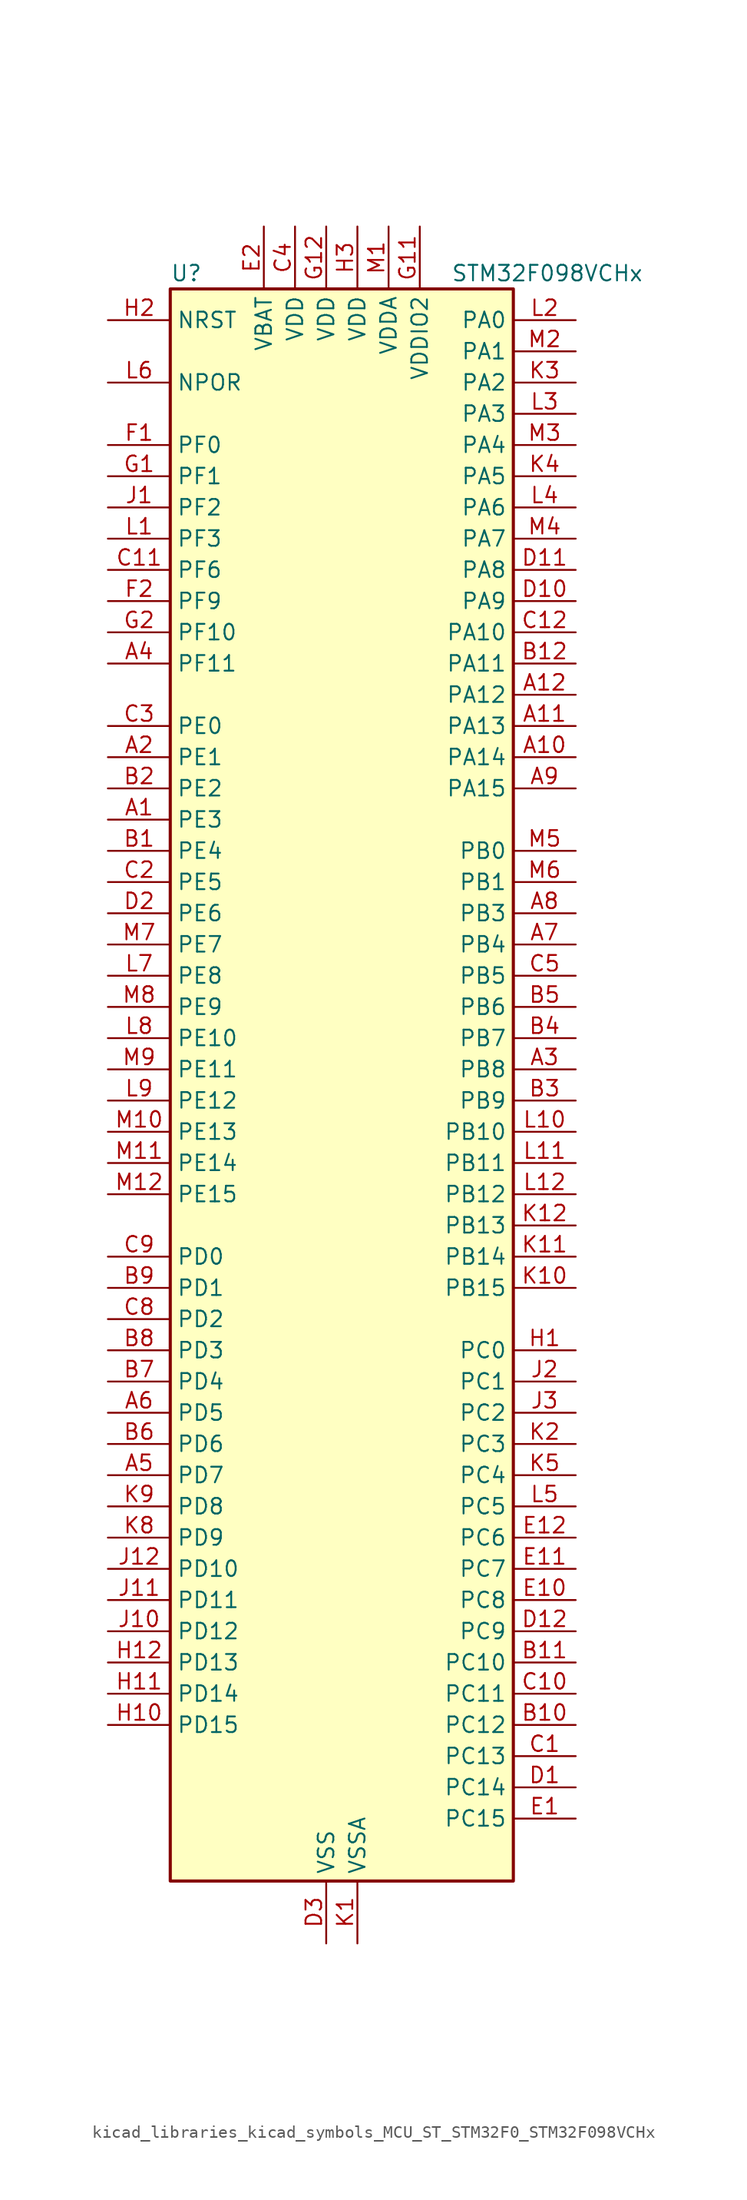
<source format=kicad_sym>
(kicad_symbol_lib
  (version 20220914)
  (generator kicad_symbol_editor)
  (symbol "kicad_libraries_kicad_symbols_MCU_ST_STM32F0_STM32F098VCHx"
    (property "Reference" "U"
      (at -12.7 67.31 0)
      (effects (font (size 1.27 1.27)) (justify left)))
    (property "Value" "STM32F098VCHx"
      (at 10.16 67.31 0)
      (effects (font (size 1.27 1.27)) (justify left)))
    (property "ki_locked" ""
      (at 0 0 0)
      (effects (font (size 1.27 1.27))))
    (symbol "kicad_libraries_kicad_symbols_MCU_ST_STM32F0_STM32F098VCHx_0_1"
      (rectangle (start -12.7 -63.5) (end 15.24 66.04) (stroke (width 0.254) (type default)) (fill (type background))))
    (symbol "kicad_libraries_kicad_symbols_MCU_ST_STM32F0_STM32F098VCHx_1_1"
      (pin bidirectional line (at -17.78 22.86 0) (length 5.08) (name "PE3" (effects (font (size 1.27 1.27)))) (number "A1" (effects (font (size 1.27 1.27)))) (alternate "TIM3_CH1" bidirectional line) (alternate "TSC_G7_IO2" bidirectional line))
      (pin bidirectional line (at 20.32 27.94 180) (length 5.08) (name "PA14" (effects (font (size 1.27 1.27)))) (number "A10" (effects (font (size 1.27 1.27)))) (alternate "SYS_SWCLK" bidirectional line) (alternate "USART2_TX" bidirectional line))
      (pin bidirectional line (at 20.32 30.48 180) (length 5.08) (name "PA13" (effects (font (size 1.27 1.27)))) (number "A11" (effects (font (size 1.27 1.27)))) (alternate "IR_OUT" bidirectional line) (alternate "SYS_SWDIO" bidirectional line))
      (pin bidirectional line (at 20.32 33.02 180) (length 5.08) (name "PA12" (effects (font (size 1.27 1.27)))) (number "A12" (effects (font (size 1.27 1.27)))) (alternate "CAN_TX" bidirectional line) (alternate "COMP2_OUT" bidirectional line) (alternate "I2C2_SDA" bidirectional line) (alternate "TIM1_ETR" bidirectional line) (alternate "TSC_G4_IO4" bidirectional line) (alternate "USART1_DE" bidirectional line) (alternate "USART1_RTS" bidirectional line))
      (pin bidirectional line (at -17.78 27.94 0) (length 5.08) (name "PE1" (effects (font (size 1.27 1.27)))) (number "A2" (effects (font (size 1.27 1.27)))) (alternate "TIM17_CH1" bidirectional line))
      (pin bidirectional line (at 20.32 2.54 180) (length 5.08) (name "PB8" (effects (font (size 1.27 1.27)))) (number "A3" (effects (font (size 1.27 1.27)))) (alternate "CAN_RX" bidirectional line) (alternate "CEC" bidirectional line) (alternate "I2C1_SCL" bidirectional line) (alternate "TIM16_CH1" bidirectional line) (alternate "TSC_SYNC" bidirectional line))
      (pin bidirectional line (at -17.78 35.56 0) (length 5.08) (name "PF11" (effects (font (size 1.27 1.27)))) (number "A4" (effects (font (size 1.27 1.27)))))
      (pin bidirectional line (at -17.78 -30.48 0) (length 5.08) (name "PD7" (effects (font (size 1.27 1.27)))) (number "A5" (effects (font (size 1.27 1.27)))) (alternate "USART2_CK" bidirectional line))
      (pin bidirectional line (at -17.78 -25.4 0) (length 5.08) (name "PD5" (effects (font (size 1.27 1.27)))) (number "A6" (effects (font (size 1.27 1.27)))) (alternate "USART2_TX" bidirectional line))
      (pin bidirectional line (at 20.32 12.7 180) (length 5.08) (name "PB4" (effects (font (size 1.27 1.27)))) (number "A7" (effects (font (size 1.27 1.27)))) (alternate "I2S1_MCK" bidirectional line) (alternate "SPI1_MISO" bidirectional line) (alternate "TIM17_BKIN" bidirectional line) (alternate "TIM3_CH1" bidirectional line) (alternate "TSC_G5_IO2" bidirectional line) (alternate "USART5_RX" bidirectional line))
      (pin bidirectional line (at 20.32 15.24 180) (length 5.08) (name "PB3" (effects (font (size 1.27 1.27)))) (number "A8" (effects (font (size 1.27 1.27)))) (alternate "I2S1_CK" bidirectional line) (alternate "SPI1_SCK" bidirectional line) (alternate "TIM2_CH2" bidirectional line) (alternate "TSC_G5_IO1" bidirectional line) (alternate "USART5_TX" bidirectional line))
      (pin bidirectional line (at 20.32 25.4 180) (length 5.08) (name "PA15" (effects (font (size 1.27 1.27)))) (number "A9" (effects (font (size 1.27 1.27)))) (alternate "I2S1_WS" bidirectional line) (alternate "SPI1_NSS" bidirectional line) (alternate "TIM2_CH1" bidirectional line) (alternate "TIM2_ETR" bidirectional line) (alternate "USART2_RX" bidirectional line) (alternate "USART4_DE" bidirectional line) (alternate "USART4_RTS" bidirectional line))
      (pin bidirectional line (at -17.78 20.32 0) (length 5.08) (name "PE4" (effects (font (size 1.27 1.27)))) (number "B1" (effects (font (size 1.27 1.27)))) (alternate "TIM3_CH2" bidirectional line) (alternate "TSC_G7_IO3" bidirectional line))
      (pin bidirectional line (at 20.32 -50.8 180) (length 5.08) (name "PC12" (effects (font (size 1.27 1.27)))) (number "B10" (effects (font (size 1.27 1.27)))) (alternate "USART3_CK" bidirectional line) (alternate "USART4_CK" bidirectional line) (alternate "USART5_TX" bidirectional line))
      (pin bidirectional line (at 20.32 -45.72 180) (length 5.08) (name "PC10" (effects (font (size 1.27 1.27)))) (number "B11" (effects (font (size 1.27 1.27)))) (alternate "USART3_TX" bidirectional line) (alternate "USART4_TX" bidirectional line))
      (pin bidirectional line (at 20.32 35.56 180) (length 5.08) (name "PA11" (effects (font (size 1.27 1.27)))) (number "B12" (effects (font (size 1.27 1.27)))) (alternate "CAN_RX" bidirectional line) (alternate "COMP1_OUT" bidirectional line) (alternate "I2C2_SCL" bidirectional line) (alternate "TIM1_CH4" bidirectional line) (alternate "TSC_G4_IO3" bidirectional line) (alternate "USART1_CTS" bidirectional line))
      (pin bidirectional line (at -17.78 25.4 0) (length 5.08) (name "PE2" (effects (font (size 1.27 1.27)))) (number "B2" (effects (font (size 1.27 1.27)))) (alternate "TIM3_ETR" bidirectional line) (alternate "TSC_G7_IO1" bidirectional line))
      (pin bidirectional line (at 20.32 0 180) (length 5.08) (name "PB9" (effects (font (size 1.27 1.27)))) (number "B3" (effects (font (size 1.27 1.27)))) (alternate "CAN_TX" bidirectional line) (alternate "DAC_EXTI9" bidirectional line) (alternate "I2C1_SDA" bidirectional line) (alternate "I2S2_WS" bidirectional line) (alternate "IR_OUT" bidirectional line) (alternate "SPI2_NSS" bidirectional line) (alternate "TIM17_CH1" bidirectional line))
      (pin bidirectional line (at 20.32 5.08 180) (length 5.08) (name "PB7" (effects (font (size 1.27 1.27)))) (number "B4" (effects (font (size 1.27 1.27)))) (alternate "I2C1_SDA" bidirectional line) (alternate "TIM17_CH1N" bidirectional line) (alternate "TSC_G5_IO4" bidirectional line) (alternate "USART1_RX" bidirectional line) (alternate "USART4_CTS" bidirectional line))
      (pin bidirectional line (at 20.32 7.62 180) (length 5.08) (name "PB6" (effects (font (size 1.27 1.27)))) (number "B5" (effects (font (size 1.27 1.27)))) (alternate "I2C1_SCL" bidirectional line) (alternate "TIM16_CH1N" bidirectional line) (alternate "TSC_G5_IO3" bidirectional line) (alternate "USART1_TX" bidirectional line))
      (pin bidirectional line (at -17.78 -27.94 0) (length 5.08) (name "PD6" (effects (font (size 1.27 1.27)))) (number "B6" (effects (font (size 1.27 1.27)))) (alternate "USART2_RX" bidirectional line))
      (pin bidirectional line (at -17.78 -22.86 0) (length 5.08) (name "PD4" (effects (font (size 1.27 1.27)))) (number "B7" (effects (font (size 1.27 1.27)))) (alternate "I2S2_SD" bidirectional line) (alternate "SPI2_MOSI" bidirectional line) (alternate "USART2_DE" bidirectional line) (alternate "USART2_RTS" bidirectional line))
      (pin bidirectional line (at -17.78 -20.32 0) (length 5.08) (name "PD3" (effects (font (size 1.27 1.27)))) (number "B8" (effects (font (size 1.27 1.27)))) (alternate "I2S2_MCK" bidirectional line) (alternate "SPI2_MISO" bidirectional line) (alternate "USART2_CTS" bidirectional line))
      (pin bidirectional line (at -17.78 -15.24 0) (length 5.08) (name "PD1" (effects (font (size 1.27 1.27)))) (number "B9" (effects (font (size 1.27 1.27)))) (alternate "CAN_TX" bidirectional line) (alternate "I2S2_CK" bidirectional line) (alternate "SPI2_SCK" bidirectional line))
      (pin bidirectional line (at 20.32 -53.34 180) (length 5.08) (name "PC13" (effects (font (size 1.27 1.27)))) (number "C1" (effects (font (size 1.27 1.27)))) (alternate "RTC_OUT_ALARM" bidirectional line) (alternate "RTC_OUT_CALIB" bidirectional line) (alternate "RTC_TAMP1" bidirectional line) (alternate "RTC_TS" bidirectional line) (alternate "SYS_WKUP2" bidirectional line))
      (pin bidirectional line (at 20.32 -48.26 180) (length 5.08) (name "PC11" (effects (font (size 1.27 1.27)))) (number "C10" (effects (font (size 1.27 1.27)))) (alternate "USART3_RX" bidirectional line) (alternate "USART4_RX" bidirectional line))
      (pin bidirectional line (at -17.78 43.18 0) (length 5.08) (name "PF6" (effects (font (size 1.27 1.27)))) (number "C11" (effects (font (size 1.27 1.27)))))
      (pin bidirectional line (at 20.32 38.1 180) (length 5.08) (name "PA10" (effects (font (size 1.27 1.27)))) (number "C12" (effects (font (size 1.27 1.27)))) (alternate "I2C1_SDA" bidirectional line) (alternate "TIM17_BKIN" bidirectional line) (alternate "TIM1_CH3" bidirectional line) (alternate "TSC_G4_IO2" bidirectional line) (alternate "USART1_RX" bidirectional line))
      (pin bidirectional line (at -17.78 17.78 0) (length 5.08) (name "PE5" (effects (font (size 1.27 1.27)))) (number "C2" (effects (font (size 1.27 1.27)))) (alternate "TIM3_CH3" bidirectional line) (alternate "TSC_G7_IO4" bidirectional line))
      (pin bidirectional line (at -17.78 30.48 0) (length 5.08) (name "PE0" (effects (font (size 1.27 1.27)))) (number "C3" (effects (font (size 1.27 1.27)))) (alternate "TIM16_CH1" bidirectional line))
      (pin power_in line (at -2.54 71.12 270) (length 5.08) (name "VDD" (effects (font (size 1.27 1.27)))) (number "C4" (effects (font (size 1.27 1.27)))))
      (pin bidirectional line (at 20.32 10.16 180) (length 5.08) (name "PB5" (effects (font (size 1.27 1.27)))) (number "C5" (effects (font (size 1.27 1.27)))) (alternate "I2C1_SMBA" bidirectional line) (alternate "I2S1_SD" bidirectional line) (alternate "SPI1_MOSI" bidirectional line) (alternate "SYS_WKUP6" bidirectional line) (alternate "TIM16_BKIN" bidirectional line) (alternate "TIM3_CH2" bidirectional line) (alternate "USART5_CK" bidirectional line) (alternate "USART5_DE" bidirectional line) (alternate "USART5_RTS" bidirectional line))
      (pin bidirectional line (at -17.78 -17.78 0) (length 5.08) (name "PD2" (effects (font (size 1.27 1.27)))) (number "C8" (effects (font (size 1.27 1.27)))) (alternate "TIM3_ETR" bidirectional line) (alternate "USART3_DE" bidirectional line) (alternate "USART3_RTS" bidirectional line) (alternate "USART5_RX" bidirectional line))
      (pin bidirectional line (at -17.78 -12.7 0) (length 5.08) (name "PD0" (effects (font (size 1.27 1.27)))) (number "C9" (effects (font (size 1.27 1.27)))) (alternate "CAN_RX" bidirectional line) (alternate "I2S2_WS" bidirectional line) (alternate "SPI2_NSS" bidirectional line))
      (pin bidirectional line (at 20.32 -55.88 180) (length 5.08) (name "PC14" (effects (font (size 1.27 1.27)))) (number "D1" (effects (font (size 1.27 1.27)))) (alternate "RCC_OSC32_IN" bidirectional line))
      (pin bidirectional line (at 20.32 40.64 180) (length 5.08) (name "PA9" (effects (font (size 1.27 1.27)))) (number "D10" (effects (font (size 1.27 1.27)))) (alternate "DAC_EXTI9" bidirectional line) (alternate "I2C1_SCL" bidirectional line) (alternate "RCC_MCO" bidirectional line) (alternate "TIM15_BKIN" bidirectional line) (alternate "TIM1_CH2" bidirectional line) (alternate "TSC_G4_IO1" bidirectional line) (alternate "USART1_TX" bidirectional line))
      (pin bidirectional line (at 20.32 43.18 180) (length 5.08) (name "PA8" (effects (font (size 1.27 1.27)))) (number "D11" (effects (font (size 1.27 1.27)))) (alternate "CRS_SYNC" bidirectional line) (alternate "RCC_MCO" bidirectional line) (alternate "TIM1_CH1" bidirectional line) (alternate "USART1_CK" bidirectional line))
      (pin bidirectional line (at 20.32 -43.18 180) (length 5.08) (name "PC9" (effects (font (size 1.27 1.27)))) (number "D12" (effects (font (size 1.27 1.27)))) (alternate "DAC_EXTI9" bidirectional line) (alternate "TIM3_CH4" bidirectional line) (alternate "USART8_RX" bidirectional line))
      (pin bidirectional line (at -17.78 15.24 0) (length 5.08) (name "PE6" (effects (font (size 1.27 1.27)))) (number "D2" (effects (font (size 1.27 1.27)))) (alternate "RTC_TAMP3" bidirectional line) (alternate "SYS_WKUP3" bidirectional line) (alternate "TIM3_CH4" bidirectional line))
      (pin power_in line (at 0 -68.58 90) (length 5.08) (name "VSS" (effects (font (size 1.27 1.27)))) (number "D3" (effects (font (size 1.27 1.27)))))
      (pin bidirectional line (at 20.32 -58.42 180) (length 5.08) (name "PC15" (effects (font (size 1.27 1.27)))) (number "E1" (effects (font (size 1.27 1.27)))) (alternate "RCC_OSC32_OUT" bidirectional line))
      (pin bidirectional line (at 20.32 -40.64 180) (length 5.08) (name "PC8" (effects (font (size 1.27 1.27)))) (number "E10" (effects (font (size 1.27 1.27)))) (alternate "TIM3_CH3" bidirectional line) (alternate "USART8_TX" bidirectional line))
      (pin bidirectional line (at 20.32 -38.1 180) (length 5.08) (name "PC7" (effects (font (size 1.27 1.27)))) (number "E11" (effects (font (size 1.27 1.27)))) (alternate "TIM3_CH2" bidirectional line) (alternate "USART7_RX" bidirectional line))
      (pin bidirectional line (at 20.32 -35.56 180) (length 5.08) (name "PC6" (effects (font (size 1.27 1.27)))) (number "E12" (effects (font (size 1.27 1.27)))) (alternate "TIM3_CH1" bidirectional line) (alternate "USART7_TX" bidirectional line))
      (pin power_in line (at -5.08 71.12 270) (length 5.08) (name "VBAT" (effects (font (size 1.27 1.27)))) (number "E2" (effects (font (size 1.27 1.27)))))
      (pin no_connect line (at -12.7 -63.5 0) (length 5.08) hide (name "NC" (effects (font (size 1.27 1.27)))) (number "E3" (effects (font (size 1.27 1.27)))))
      (pin bidirectional line (at -17.78 53.34 0) (length 5.08) (name "PF0" (effects (font (size 1.27 1.27)))) (number "F1" (effects (font (size 1.27 1.27)))) (alternate "CRS_SYNC" bidirectional line) (alternate "I2C1_SDA" bidirectional line) (alternate "RCC_OSC_IN" bidirectional line))
      (pin passive line (at 0 -68.58 90) (length 5.08) hide (name "VSS" (effects (font (size 1.27 1.27)))) (number "F11" (effects (font (size 1.27 1.27)))))
      (pin passive line (at 0 -68.58 90) (length 5.08) hide (name "VSS" (effects (font (size 1.27 1.27)))) (number "F12" (effects (font (size 1.27 1.27)))))
      (pin bidirectional line (at -17.78 40.64 0) (length 5.08) (name "PF9" (effects (font (size 1.27 1.27)))) (number "F2" (effects (font (size 1.27 1.27)))) (alternate "DAC_EXTI9" bidirectional line) (alternate "TIM15_CH1" bidirectional line) (alternate "USART6_TX" bidirectional line))
      (pin bidirectional line (at -17.78 50.8 0) (length 5.08) (name "PF1" (effects (font (size 1.27 1.27)))) (number "G1" (effects (font (size 1.27 1.27)))) (alternate "I2C1_SCL" bidirectional line) (alternate "RCC_OSC_OUT" bidirectional line))
      (pin power_in line (at 7.62 71.12 270) (length 5.08) (name "VDDIO2" (effects (font (size 1.27 1.27)))) (number "G11" (effects (font (size 1.27 1.27)))))
      (pin power_in line (at 0 71.12 270) (length 5.08) (name "VDD" (effects (font (size 1.27 1.27)))) (number "G12" (effects (font (size 1.27 1.27)))))
      (pin bidirectional line (at -17.78 38.1 0) (length 5.08) (name "PF10" (effects (font (size 1.27 1.27)))) (number "G2" (effects (font (size 1.27 1.27)))) (alternate "TIM15_CH2" bidirectional line) (alternate "USART6_RX" bidirectional line))
      (pin bidirectional line (at 20.32 -20.32 180) (length 5.08) (name "PC0" (effects (font (size 1.27 1.27)))) (number "H1" (effects (font (size 1.27 1.27)))) (alternate "ADC_IN10" bidirectional line) (alternate "USART6_TX" bidirectional line) (alternate "USART7_TX" bidirectional line))
      (pin bidirectional line (at -17.78 -50.8 0) (length 5.08) (name "PD15" (effects (font (size 1.27 1.27)))) (number "H10" (effects (font (size 1.27 1.27)))) (alternate "CRS_SYNC" bidirectional line) (alternate "TSC_G8_IO4" bidirectional line) (alternate "USART7_CK" bidirectional line) (alternate "USART7_DE" bidirectional line) (alternate "USART7_RTS" bidirectional line))
      (pin bidirectional line (at -17.78 -48.26 0) (length 5.08) (name "PD14" (effects (font (size 1.27 1.27)))) (number "H11" (effects (font (size 1.27 1.27)))) (alternate "TSC_G8_IO3" bidirectional line) (alternate "USART8_RX" bidirectional line))
      (pin bidirectional line (at -17.78 -45.72 0) (length 5.08) (name "PD13" (effects (font (size 1.27 1.27)))) (number "H12" (effects (font (size 1.27 1.27)))) (alternate "TSC_G8_IO2" bidirectional line) (alternate "USART8_TX" bidirectional line))
      (pin input line (at -17.78 63.5 0) (length 5.08) (name "NRST" (effects (font (size 1.27 1.27)))) (number "H2" (effects (font (size 1.27 1.27)))))
      (pin power_in line (at 2.54 71.12 270) (length 5.08) (name "VDD" (effects (font (size 1.27 1.27)))) (number "H3" (effects (font (size 1.27 1.27)))))
      (pin bidirectional line (at -17.78 48.26 0) (length 5.08) (name "PF2" (effects (font (size 1.27 1.27)))) (number "J1" (effects (font (size 1.27 1.27)))) (alternate "SYS_WKUP8" bidirectional line) (alternate "USART7_CK" bidirectional line) (alternate "USART7_DE" bidirectional line) (alternate "USART7_RTS" bidirectional line) (alternate "USART7_TX" bidirectional line))
      (pin bidirectional line (at -17.78 -43.18 0) (length 5.08) (name "PD12" (effects (font (size 1.27 1.27)))) (number "J10" (effects (font (size 1.27 1.27)))) (alternate "TSC_G8_IO1" bidirectional line) (alternate "USART3_DE" bidirectional line) (alternate "USART3_RTS" bidirectional line) (alternate "USART8_CK" bidirectional line) (alternate "USART8_DE" bidirectional line) (alternate "USART8_RTS" bidirectional line))
      (pin bidirectional line (at -17.78 -40.64 0) (length 5.08) (name "PD11" (effects (font (size 1.27 1.27)))) (number "J11" (effects (font (size 1.27 1.27)))) (alternate "USART3_CTS" bidirectional line))
      (pin bidirectional line (at -17.78 -38.1 0) (length 5.08) (name "PD10" (effects (font (size 1.27 1.27)))) (number "J12" (effects (font (size 1.27 1.27)))) (alternate "USART3_CK" bidirectional line))
      (pin bidirectional line (at 20.32 -22.86 180) (length 5.08) (name "PC1" (effects (font (size 1.27 1.27)))) (number "J2" (effects (font (size 1.27 1.27)))) (alternate "ADC_IN11" bidirectional line) (alternate "USART6_RX" bidirectional line) (alternate "USART7_RX" bidirectional line))
      (pin bidirectional line (at 20.32 -25.4 180) (length 5.08) (name "PC2" (effects (font (size 1.27 1.27)))) (number "J3" (effects (font (size 1.27 1.27)))) (alternate "ADC_IN12" bidirectional line) (alternate "I2S2_MCK" bidirectional line) (alternate "SPI2_MISO" bidirectional line) (alternate "USART8_TX" bidirectional line))
      (pin power_in line (at 2.54 -68.58 90) (length 5.08) (name "VSSA" (effects (font (size 1.27 1.27)))) (number "K1" (effects (font (size 1.27 1.27)))))
      (pin bidirectional line (at 20.32 -15.24 180) (length 5.08) (name "PB15" (effects (font (size 1.27 1.27)))) (number "K10" (effects (font (size 1.27 1.27)))) (alternate "I2S2_SD" bidirectional line) (alternate "RTC_REFIN" bidirectional line) (alternate "SPI2_MOSI" bidirectional line) (alternate "SYS_WKUP7" bidirectional line) (alternate "TIM15_CH1N" bidirectional line) (alternate "TIM15_CH2" bidirectional line) (alternate "TIM1_CH3N" bidirectional line))
      (pin bidirectional line (at 20.32 -12.7 180) (length 5.08) (name "PB14" (effects (font (size 1.27 1.27)))) (number "K11" (effects (font (size 1.27 1.27)))) (alternate "I2C2_SDA" bidirectional line) (alternate "I2S2_MCK" bidirectional line) (alternate "SPI2_MISO" bidirectional line) (alternate "TIM15_CH1" bidirectional line) (alternate "TIM1_CH2N" bidirectional line) (alternate "TSC_G6_IO4" bidirectional line) (alternate "USART3_DE" bidirectional line) (alternate "USART3_RTS" bidirectional line))
      (pin bidirectional line (at 20.32 -10.16 180) (length 5.08) (name "PB13" (effects (font (size 1.27 1.27)))) (number "K12" (effects (font (size 1.27 1.27)))) (alternate "I2C2_SCL" bidirectional line) (alternate "I2S2_CK" bidirectional line) (alternate "SPI2_SCK" bidirectional line) (alternate "TIM1_CH1N" bidirectional line) (alternate "TSC_G6_IO3" bidirectional line) (alternate "USART3_CTS" bidirectional line))
      (pin bidirectional line (at 20.32 -27.94 180) (length 5.08) (name "PC3" (effects (font (size 1.27 1.27)))) (number "K2" (effects (font (size 1.27 1.27)))) (alternate "ADC_IN13" bidirectional line) (alternate "I2S2_SD" bidirectional line) (alternate "SPI2_MOSI" bidirectional line) (alternate "USART8_RX" bidirectional line))
      (pin bidirectional line (at 20.32 58.42 180) (length 5.08) (name "PA2" (effects (font (size 1.27 1.27)))) (number "K3" (effects (font (size 1.27 1.27)))) (alternate "ADC_IN2" bidirectional line) (alternate "COMP2_INM" bidirectional line) (alternate "COMP2_OUT" bidirectional line) (alternate "SYS_WKUP4" bidirectional line) (alternate "TIM15_CH1" bidirectional line) (alternate "TIM2_CH3" bidirectional line) (alternate "TSC_G1_IO3" bidirectional line) (alternate "USART2_TX" bidirectional line))
      (pin bidirectional line (at 20.32 50.8 180) (length 5.08) (name "PA5" (effects (font (size 1.27 1.27)))) (number "K4" (effects (font (size 1.27 1.27)))) (alternate "ADC_IN5" bidirectional line) (alternate "CEC" bidirectional line) (alternate "COMP1_INM" bidirectional line) (alternate "COMP2_INM" bidirectional line) (alternate "DAC_OUT2" bidirectional line) (alternate "I2S1_CK" bidirectional line) (alternate "SPI1_SCK" bidirectional line) (alternate "TIM2_CH1" bidirectional line) (alternate "TIM2_ETR" bidirectional line) (alternate "TSC_G2_IO2" bidirectional line) (alternate "USART6_RX" bidirectional line))
      (pin bidirectional line (at 20.32 -30.48 180) (length 5.08) (name "PC4" (effects (font (size 1.27 1.27)))) (number "K5" (effects (font (size 1.27 1.27)))) (alternate "ADC_IN14" bidirectional line) (alternate "USART3_TX" bidirectional line))
      (pin bidirectional line (at -17.78 -35.56 0) (length 5.08) (name "PD9" (effects (font (size 1.27 1.27)))) (number "K8" (effects (font (size 1.27 1.27)))) (alternate "DAC_EXTI9" bidirectional line) (alternate "USART3_RX" bidirectional line))
      (pin bidirectional line (at -17.78 -33.02 0) (length 5.08) (name "PD8" (effects (font (size 1.27 1.27)))) (number "K9" (effects (font (size 1.27 1.27)))) (alternate "USART3_TX" bidirectional line))
      (pin bidirectional line (at -17.78 45.72 0) (length 5.08) (name "PF3" (effects (font (size 1.27 1.27)))) (number "L1" (effects (font (size 1.27 1.27)))) (alternate "USART6_CK" bidirectional line) (alternate "USART6_DE" bidirectional line) (alternate "USART6_RTS" bidirectional line) (alternate "USART7_RX" bidirectional line))
      (pin bidirectional line (at 20.32 -2.54 180) (length 5.08) (name "PB10" (effects (font (size 1.27 1.27)))) (number "L10" (effects (font (size 1.27 1.27)))) (alternate "CEC" bidirectional line) (alternate "I2C2_SCL" bidirectional line) (alternate "I2S2_CK" bidirectional line) (alternate "SPI2_SCK" bidirectional line) (alternate "TIM2_CH3" bidirectional line) (alternate "TSC_SYNC" bidirectional line) (alternate "USART3_TX" bidirectional line))
      (pin bidirectional line (at 20.32 -5.08 180) (length 5.08) (name "PB11" (effects (font (size 1.27 1.27)))) (number "L11" (effects (font (size 1.27 1.27)))) (alternate "I2C2_SDA" bidirectional line) (alternate "TIM2_CH4" bidirectional line) (alternate "TSC_G6_IO1" bidirectional line) (alternate "USART3_RX" bidirectional line))
      (pin bidirectional line (at 20.32 -7.62 180) (length 5.08) (name "PB12" (effects (font (size 1.27 1.27)))) (number "L12" (effects (font (size 1.27 1.27)))) (alternate "I2S2_WS" bidirectional line) (alternate "SPI2_NSS" bidirectional line) (alternate "TIM15_BKIN" bidirectional line) (alternate "TIM1_BKIN" bidirectional line) (alternate "TSC_G6_IO2" bidirectional line) (alternate "USART3_CK" bidirectional line))
      (pin bidirectional line (at 20.32 63.5 180) (length 5.08) (name "PA0" (effects (font (size 1.27 1.27)))) (number "L2" (effects (font (size 1.27 1.27)))) (alternate "ADC_IN0" bidirectional line) (alternate "COMP1_INM" bidirectional line) (alternate "COMP1_OUT" bidirectional line) (alternate "RTC_TAMP2" bidirectional line) (alternate "SYS_WKUP1" bidirectional line) (alternate "TIM2_CH1" bidirectional line) (alternate "TIM2_ETR" bidirectional line) (alternate "TSC_G1_IO1" bidirectional line) (alternate "USART2_CTS" bidirectional line) (alternate "USART4_TX" bidirectional line))
      (pin bidirectional line (at 20.32 55.88 180) (length 5.08) (name "PA3" (effects (font (size 1.27 1.27)))) (number "L3" (effects (font (size 1.27 1.27)))) (alternate "ADC_IN3" bidirectional line) (alternate "COMP2_INP" bidirectional line) (alternate "TIM15_CH2" bidirectional line) (alternate "TIM2_CH4" bidirectional line) (alternate "TSC_G1_IO4" bidirectional line) (alternate "USART2_RX" bidirectional line))
      (pin bidirectional line (at 20.32 48.26 180) (length 5.08) (name "PA6" (effects (font (size 1.27 1.27)))) (number "L4" (effects (font (size 1.27 1.27)))) (alternate "ADC_IN6" bidirectional line) (alternate "COMP1_OUT" bidirectional line) (alternate "I2S1_MCK" bidirectional line) (alternate "SPI1_MISO" bidirectional line) (alternate "TIM16_CH1" bidirectional line) (alternate "TIM1_BKIN" bidirectional line) (alternate "TIM3_CH1" bidirectional line) (alternate "TSC_G2_IO3" bidirectional line) (alternate "USART3_CTS" bidirectional line))
      (pin bidirectional line (at 20.32 -33.02 180) (length 5.08) (name "PC5" (effects (font (size 1.27 1.27)))) (number "L5" (effects (font (size 1.27 1.27)))) (alternate "ADC_IN15" bidirectional line) (alternate "SYS_WKUP5" bidirectional line) (alternate "TSC_G3_IO1" bidirectional line) (alternate "USART3_RX" bidirectional line))
      (pin input line (at -17.78 58.42 0) (length 5.08) (name "NPOR" (effects (font (size 1.27 1.27)))) (number "L6" (effects (font (size 1.27 1.27)))))
      (pin bidirectional line (at -17.78 10.16 0) (length 5.08) (name "PE8" (effects (font (size 1.27 1.27)))) (number "L7" (effects (font (size 1.27 1.27)))) (alternate "TIM1_CH1N" bidirectional line) (alternate "USART4_TX" bidirectional line))
      (pin bidirectional line (at -17.78 5.08 0) (length 5.08) (name "PE10" (effects (font (size 1.27 1.27)))) (number "L8" (effects (font (size 1.27 1.27)))) (alternate "TIM1_CH2N" bidirectional line) (alternate "USART5_TX" bidirectional line))
      (pin bidirectional line (at -17.78 0 0) (length 5.08) (name "PE12" (effects (font (size 1.27 1.27)))) (number "L9" (effects (font (size 1.27 1.27)))) (alternate "I2S1_WS" bidirectional line) (alternate "SPI1_NSS" bidirectional line) (alternate "TIM1_CH3N" bidirectional line))
      (pin power_in line (at 5.08 71.12 270) (length 5.08) (name "VDDA" (effects (font (size 1.27 1.27)))) (number "M1" (effects (font (size 1.27 1.27)))))
      (pin bidirectional line (at -17.78 -2.54 0) (length 5.08) (name "PE13" (effects (font (size 1.27 1.27)))) (number "M10" (effects (font (size 1.27 1.27)))) (alternate "I2S1_CK" bidirectional line) (alternate "SPI1_SCK" bidirectional line) (alternate "TIM1_CH3" bidirectional line))
      (pin bidirectional line (at -17.78 -5.08 0) (length 5.08) (name "PE14" (effects (font (size 1.27 1.27)))) (number "M11" (effects (font (size 1.27 1.27)))) (alternate "I2S1_MCK" bidirectional line) (alternate "SPI1_MISO" bidirectional line) (alternate "TIM1_CH4" bidirectional line))
      (pin bidirectional line (at -17.78 -7.62 0) (length 5.08) (name "PE15" (effects (font (size 1.27 1.27)))) (number "M12" (effects (font (size 1.27 1.27)))) (alternate "I2S1_SD" bidirectional line) (alternate "SPI1_MOSI" bidirectional line) (alternate "TIM1_BKIN" bidirectional line))
      (pin bidirectional line (at 20.32 60.96 180) (length 5.08) (name "PA1" (effects (font (size 1.27 1.27)))) (number "M2" (effects (font (size 1.27 1.27)))) (alternate "ADC_IN1" bidirectional line) (alternate "COMP1_INP" bidirectional line) (alternate "TIM15_CH1N" bidirectional line) (alternate "TIM2_CH2" bidirectional line) (alternate "TSC_G1_IO2" bidirectional line) (alternate "USART2_DE" bidirectional line) (alternate "USART2_RTS" bidirectional line) (alternate "USART4_RX" bidirectional line))
      (pin bidirectional line (at 20.32 53.34 180) (length 5.08) (name "PA4" (effects (font (size 1.27 1.27)))) (number "M3" (effects (font (size 1.27 1.27)))) (alternate "ADC_IN4" bidirectional line) (alternate "COMP1_INM" bidirectional line) (alternate "COMP2_INM" bidirectional line) (alternate "DAC_OUT1" bidirectional line) (alternate "I2S1_WS" bidirectional line) (alternate "SPI1_NSS" bidirectional line) (alternate "TIM14_CH1" bidirectional line) (alternate "TSC_G2_IO1" bidirectional line) (alternate "USART2_CK" bidirectional line) (alternate "USART6_TX" bidirectional line))
      (pin bidirectional line (at 20.32 45.72 180) (length 5.08) (name "PA7" (effects (font (size 1.27 1.27)))) (number "M4" (effects (font (size 1.27 1.27)))) (alternate "ADC_IN7" bidirectional line) (alternate "COMP2_OUT" bidirectional line) (alternate "I2S1_SD" bidirectional line) (alternate "SPI1_MOSI" bidirectional line) (alternate "TIM14_CH1" bidirectional line) (alternate "TIM17_CH1" bidirectional line) (alternate "TIM1_CH1N" bidirectional line) (alternate "TIM3_CH2" bidirectional line) (alternate "TSC_G2_IO4" bidirectional line))
      (pin bidirectional line (at 20.32 20.32 180) (length 5.08) (name "PB0" (effects (font (size 1.27 1.27)))) (number "M5" (effects (font (size 1.27 1.27)))) (alternate "ADC_IN8" bidirectional line) (alternate "TIM1_CH2N" bidirectional line) (alternate "TIM3_CH3" bidirectional line) (alternate "TSC_G3_IO2" bidirectional line) (alternate "USART3_CK" bidirectional line))
      (pin bidirectional line (at 20.32 17.78 180) (length 5.08) (name "PB1" (effects (font (size 1.27 1.27)))) (number "M6" (effects (font (size 1.27 1.27)))) (alternate "ADC_IN9" bidirectional line) (alternate "TIM14_CH1" bidirectional line) (alternate "TIM1_CH3N" bidirectional line) (alternate "TIM3_CH4" bidirectional line) (alternate "TSC_G3_IO3" bidirectional line) (alternate "USART3_DE" bidirectional line) (alternate "USART3_RTS" bidirectional line))
      (pin bidirectional line (at -17.78 12.7 0) (length 5.08) (name "PE7" (effects (font (size 1.27 1.27)))) (number "M7" (effects (font (size 1.27 1.27)))) (alternate "TIM1_ETR" bidirectional line) (alternate "USART5_CK" bidirectional line) (alternate "USART5_DE" bidirectional line) (alternate "USART5_RTS" bidirectional line))
      (pin bidirectional line (at -17.78 7.62 0) (length 5.08) (name "PE9" (effects (font (size 1.27 1.27)))) (number "M8" (effects (font (size 1.27 1.27)))) (alternate "DAC_EXTI9" bidirectional line) (alternate "TIM1_CH1" bidirectional line) (alternate "USART4_RX" bidirectional line))
      (pin bidirectional line (at -17.78 2.54 0) (length 5.08) (name "PE11" (effects (font (size 1.27 1.27)))) (number "M9" (effects (font (size 1.27 1.27)))) (alternate "TIM1_CH2" bidirectional line) (alternate "USART5_RX" bidirectional line)))))
</source>
